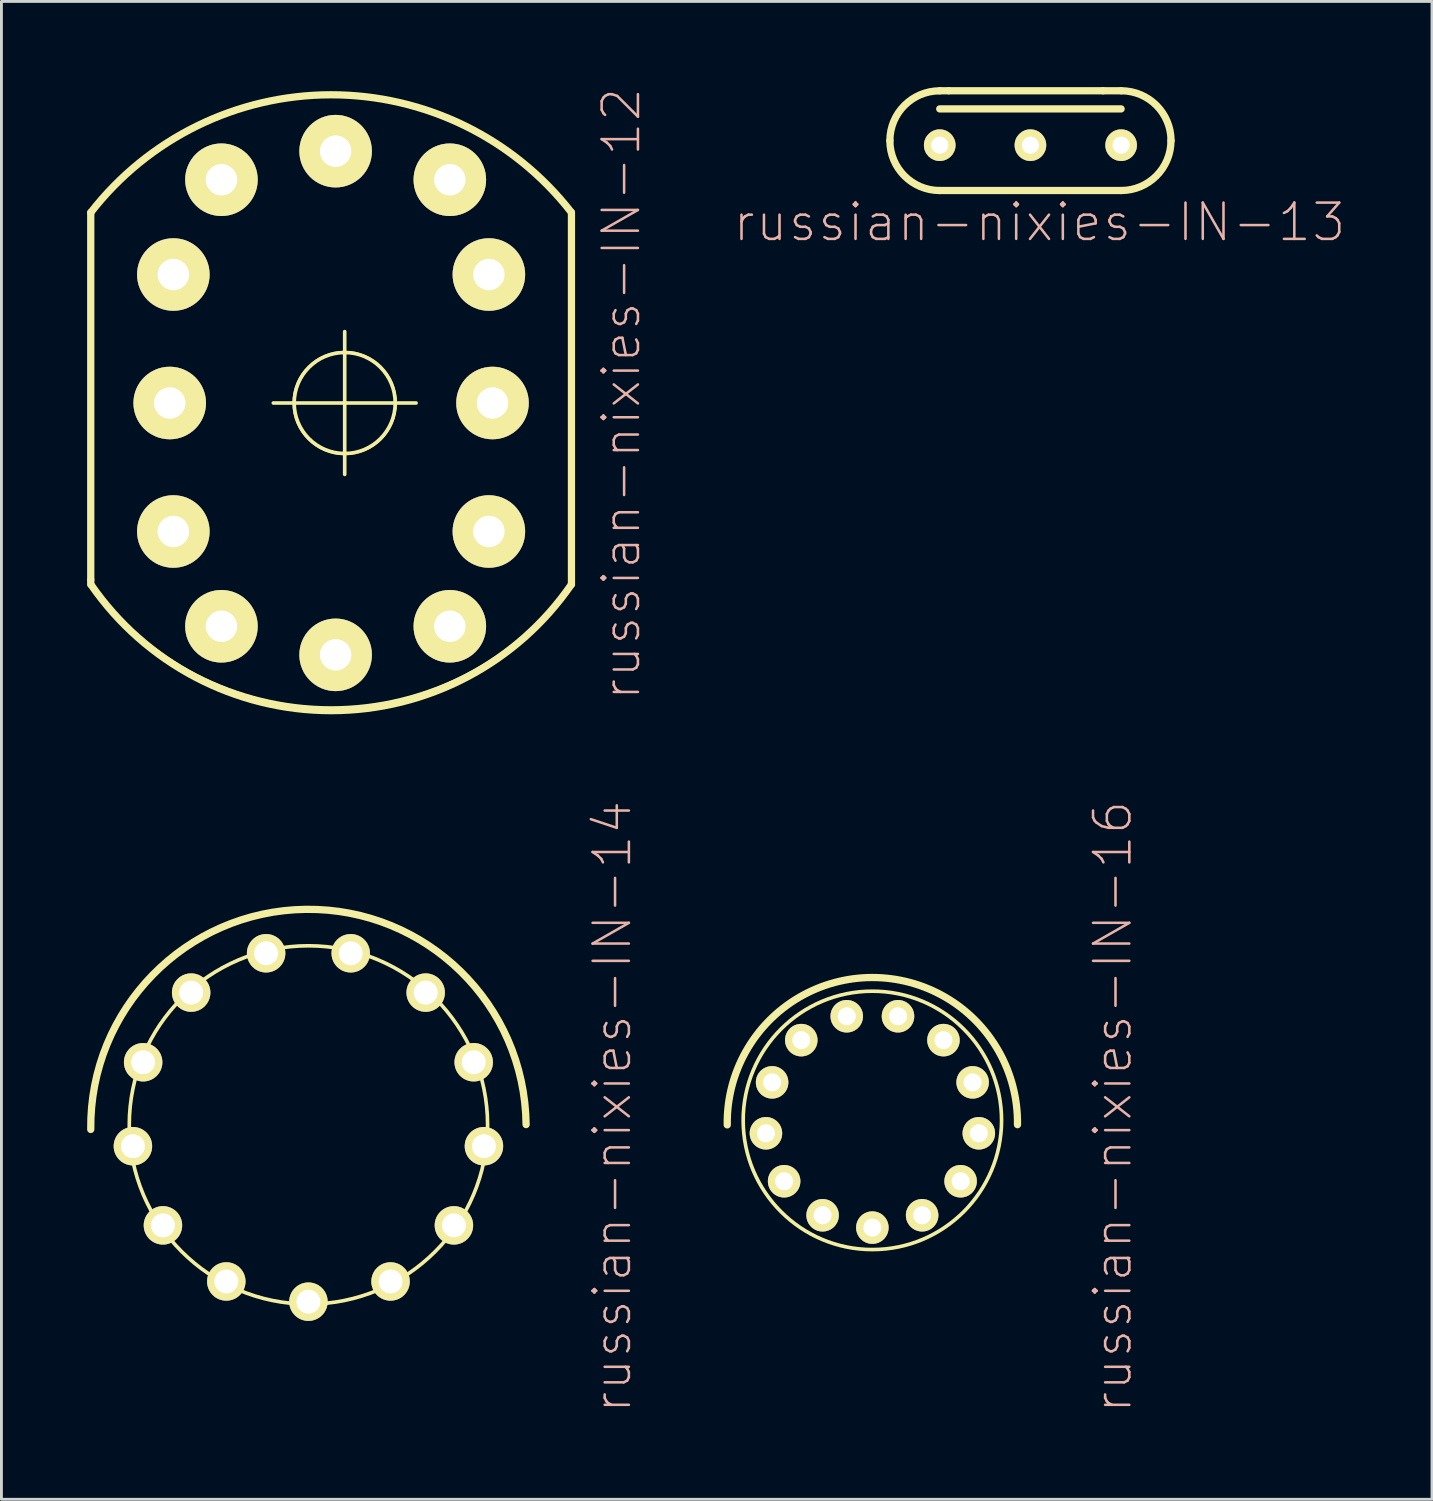
<source format=kicad_pcb>
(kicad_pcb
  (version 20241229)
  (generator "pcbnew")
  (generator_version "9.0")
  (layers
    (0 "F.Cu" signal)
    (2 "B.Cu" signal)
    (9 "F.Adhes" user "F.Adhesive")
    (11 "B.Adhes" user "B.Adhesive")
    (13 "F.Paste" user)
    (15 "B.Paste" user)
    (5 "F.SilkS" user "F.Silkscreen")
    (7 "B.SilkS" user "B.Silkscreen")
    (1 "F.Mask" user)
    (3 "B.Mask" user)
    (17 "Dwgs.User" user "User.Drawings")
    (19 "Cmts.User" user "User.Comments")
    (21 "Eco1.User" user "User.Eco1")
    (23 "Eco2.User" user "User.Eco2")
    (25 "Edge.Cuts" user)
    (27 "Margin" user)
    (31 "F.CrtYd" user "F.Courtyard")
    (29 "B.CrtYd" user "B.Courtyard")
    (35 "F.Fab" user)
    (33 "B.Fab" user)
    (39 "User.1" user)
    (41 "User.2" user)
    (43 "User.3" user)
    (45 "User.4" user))
  (footprint "russian-nixies-IN-13"
    (layer "F.Cu")
    (at 29.847 2.032)
    (property "Reference" "russian-nixies-IN-13" (at 3.493 2.697 0) (layer "B.SilkS") (effects (font (size 1.27 1.27) (thickness 0.089))))
    (attr exclude_from_pos_files exclude_from_bom)
    (fp_line (start 0 -1.27) (end 6.35 -1.27) (stroke (width 0.254) (type solid)) (layer "F.SilkS"))
    (fp_line (start 0 1.587) (end 6.35 1.587) (stroke (width 0.254) (type solid)) (layer "F.SilkS"))
    (fp_line (start 0.318 -1.905) (end 0 -1.905) (stroke (width 0.127) (type solid)) (layer "F.SilkS"))
    (fp_line (start 0.318 -1.905) (end 0 -1.905) (stroke (width 0.254) (type solid)) (layer "F.SilkS"))
    (fp_line (start 5.715 -1.905) (end 0.318 -1.905) (stroke (width 0.254) (type solid)) (layer "F.SilkS"))
    (fp_line (start 6.35 -1.905) (end 5.715 -1.905) (stroke (width 0.127) (type solid)) (layer "F.SilkS"))
    (fp_line (start 6.35 -1.905) (end 5.715 -1.905) (stroke (width 0.254) (type solid)) (layer "F.SilkS"))
    (fp_arc (start -1.74498 -0.15748) (mid -1.233887 -1.391367) (end 0 -1.90246) (stroke (width 0.254) (type solid)) (layer "F.SilkS"))
    (fp_arc (start 0 1.5875) (mid -1.233887 1.076407) (end -1.74498 -0.15748) (stroke (width 0.254) (type solid)) (layer "F.SilkS"))
    (fp_arc (start 0 1.5875) (mid -1.74498 -0.15748) (end 0 -1.90246) (stroke (width 0.127) (type solid)) (layer "F.SilkS"))
    (fp_arc (start 6.35 -1.905) (mid 8.09752 -0.15748) (end 6.35 1.59004) (stroke (width 0.127) (type solid)) (layer "F.SilkS"))
    (fp_arc (start 6.35 -1.905) (mid 7.585683 -1.393163) (end 8.09752 -0.15748) (stroke (width 0.254) (type solid)) (layer "F.SilkS"))
    (fp_arc (start 8.09498 -0.15748) (mid 7.583887 1.076407) (end 6.35 1.5875) (stroke (width 0.254) (type solid)) (layer "F.SilkS"))
    (pad "A" thru_hole circle (at 0 0) (size 1.107 1.107) (drill 0.599) (layers "*.Cu" "F.Mask" "F.SilkS" "F.Paste"))
    (pad "K" thru_hole circle (at 3.175 0) (size 1.107 1.107) (drill 0.599) (layers "*.Cu" "F.Mask" "F.SilkS" "F.Paste"))
    (pad "K2" thru_hole circle (at 6.35 0) (size 1.107 1.107) (drill 0.599) (layers "*.Cu" "F.Mask" "F.SilkS" "F.Paste")))
  (footprint "russian-nixies-IN-12"
    (layer "F.Cu")
    (at 9.017 11.058)
    (property "Reference" "russian-nixies-IN-12" (at 9.682 -0.318 90) (layer "B.SilkS") (effects (font (size 1.27 1.27) (thickness 0.089))))
    (attr exclude_from_pos_files exclude_from_bom)
    (fp_line (start -8.89 6.19) (end -8.89 -6.668) (stroke (width 0.254) (type solid)) (layer "F.SilkS"))
    (fp_line (start -8.89 6.19) (end -8.89 6.35) (stroke (width 0.254) (type solid)) (layer "F.SilkS"))
    (fp_line (start -2.499 0) (end 2.499 0) (stroke (width 0.127) (type solid)) (layer "F.SilkS"))
    (fp_line (start 0 2.499) (end 0 -2.499) (stroke (width 0.127) (type solid)) (layer "F.SilkS"))
    (fp_line (start 7.938 -6.668) (end 7.938 6.35) (stroke (width 0.254) (type solid)) (layer "F.SilkS"))
    (fp_arc (start -8.89 -6.6675) (mid -0.483925 -10.789801) (end 7.929063 -6.681627) (stroke (width 0.254) (type solid)) (layer "F.SilkS"))
    (fp_arc (start -8.89 -6.6675) (mid -0.483112 -10.757563) (end 7.929982 -6.680281) (stroke (width 0.127) (type solid)) (layer "F.SilkS"))
    (fp_arc (start 7.9375 6.35) (mid -0.475414 10.677846) (end -8.887964 6.349294) (stroke (width 0.127) (type solid)) (layer "F.SilkS"))
    (fp_arc (start 7.9375 6.35) (mid -0.469135 10.76972) (end -8.880822 6.359623) (stroke (width 0.254) (type solid)) (layer "F.SilkS"))
    (fp_circle (center 0 0) (end -1.27 1.27) (stroke (width 0.064) (type solid)) (fill no) (layer "F.SilkS"))
    (fp_circle (center 0 0) (end -1.25 1.25) (stroke (width 0.127) (type solid)) (fill no) (layer "F.SilkS"))
    (pad "0" thru_hole circle (at 5.047 4.498) (size 2.54 2.54) (drill 1.1) (layers "*.Cu" "F.Mask" "F.SilkS" "F.Paste"))
    (pad "1" thru_hole circle (at -4.315 7.816) (size 2.54 2.54) (drill 1.1) (layers "*.Cu" "F.Mask" "F.SilkS" "F.Paste"))
    (pad "2" thru_hole circle (at -5.999 4.498) (size 2.54 2.54) (drill 1.1) (layers "*.Cu" "F.Mask" "F.SilkS" "F.Paste"))
    (pad "3" thru_hole circle (at -6.126 0) (size 2.54 2.54) (drill 1.1) (layers "*.Cu" "F.Mask" "F.SilkS" "F.Paste"))
    (pad "4" thru_hole circle (at -5.999 -4.498) (size 2.54 2.54) (drill 1.1) (layers "*.Cu" "F.Mask" "F.SilkS" "F.Paste"))
    (pad "5" thru_hole circle (at -4.315 -7.816) (size 2.54 2.54) (drill 1.1) (layers "*.Cu" "F.Mask" "F.SilkS" "F.Paste"))
    (pad "6" thru_hole circle (at -0.318 -8.816) (size 2.54 2.54) (drill 1.1) (layers "*.Cu" "F.Mask" "F.SilkS" "F.Paste"))
    (pad "7" thru_hole circle (at 3.68 -7.816) (size 2.54 2.54) (drill 1.1) (layers "*.Cu" "F.Mask" "F.SilkS" "F.Paste"))
    (pad "8" thru_hole circle (at 5.047 -4.498) (size 2.54 2.54) (drill 1.1) (layers "*.Cu" "F.Mask" "F.SilkS" "F.Paste"))
    (pad "9" thru_hole circle (at 5.174 0) (size 2.54 2.54) (drill 1.1) (layers "*.Cu" "F.Mask" "F.SilkS" "F.Paste"))
    (pad "A" thru_hole circle (at 3.68 7.816) (size 2.54 2.54) (drill 1.1) (layers "*.Cu" "F.Mask" "F.SilkS" "F.Paste"))
    (pad "LHDP" thru_hole circle (at -0.318 8.816) (size 2.54 2.54) (drill 1.1) (layers "*.Cu" "F.Mask" "F.SilkS" "F.Paste")))
  (footprint "russian-nixies-IN-16"
    (layer "F.Cu")
    (at 27.489 36.171)
    (property "Reference" "russian-nixies-IN-16" (at 8.412 -0.475 90) (layer "B.SilkS") (effects (font (size 1.27 1.27) (thickness 0.089))))
    (attr exclude_from_pos_files exclude_from_bom)
    (fp_arc (start -5.08 0.15748) (mid -0.003371 -5.001869) (end 5.0801 0.150739) (stroke (width 0.254) (type solid)) (layer "F.SilkS"))
    (fp_circle (center 0 0) (end -3.198 3.198) (stroke (width 0.127) (type solid)) (fill no) (layer "F.SilkS"))
    (pad "0" thru_hole circle (at -1.742 3.322) (size 1.138 1.138) (drill 0.63) (layers "*.Cu" "F.Mask" "F.SilkS" "F.Paste"))
    (pad "1" thru_hole circle (at 1.742 3.322) (size 1.138 1.138) (drill 0.63) (layers "*.Cu" "F.Mask" "F.SilkS" "F.Paste"))
    (pad "2" thru_hole circle (at -2.489 -2.809) (size 1.138 1.138) (drill 0.63) (layers "*.Cu" "F.Mask" "F.SilkS" "F.Paste"))
    (pad "3" thru_hole circle (at 3.726 0.452) (size 1.138 1.138) (drill 0.63) (layers "*.Cu" "F.Mask" "F.SilkS" "F.Paste"))
    (pad "4" thru_hole circle (at 2.489 -2.809) (size 1.138 1.138) (drill 0.63) (layers "*.Cu" "F.Mask" "F.SilkS" "F.Paste"))
    (pad "5" thru_hole circle (at 0.897 -3.645) (size 1.138 1.138) (drill 0.63) (layers "*.Cu" "F.Mask" "F.SilkS" "F.Paste"))
    (pad "6" thru_hole circle (at -0.897 -3.645) (size 1.138 1.138) (drill 0.63) (layers "*.Cu" "F.Mask" "F.SilkS" "F.Paste"))
    (pad "7" thru_hole circle (at 3.089 2.131) (size 1.138 1.138) (drill 0.63) (layers "*.Cu" "F.Mask" "F.SilkS" "F.Paste"))
    (pad "8" thru_hole circle (at -3.726 0.452) (size 1.138 1.138) (drill 0.63) (layers "*.Cu" "F.Mask" "F.SilkS" "F.Paste"))
    (pad "9" thru_hole circle (at -3.089 2.131) (size 1.138 1.138) (drill 0.63) (layers "*.Cu" "F.Mask" "F.SilkS" "F.Paste"))
    (pad "A" thru_hole circle (at 0 3.754) (size 1.138 1.138) (drill 0.63) (layers "*.Cu" "F.Mask" "F.SilkS" "F.Paste"))
    (pad "LHDP" thru_hole circle (at -3.51 -1.331) (size 1.138 1.138) (drill 0.63) (layers "*.Cu" "F.Mask" "F.SilkS" "F.Paste"))
    (pad "RHDP" thru_hole circle (at 3.51 -1.331) (size 1.138 1.138) (drill 0.63) (layers "*.Cu" "F.Mask" "F.SilkS" "F.Paste")))
  (footprint "russian-nixies-IN-14"
    (layer "F.Cu")
    (at 7.747 36.331)
    (property "Reference" "russian-nixies-IN-14" (at 10.635 -0.635 90) (layer "B.SilkS") (effects (font (size 1.27 1.27) (thickness 0.089))))
    (attr exclude_from_pos_files exclude_from_bom)
    (fp_arc (start -7.62 0.15748) (mid -0.08539 -7.541188) (end 7.619851 -0.013299) (stroke (width 0.254) (type solid)) (layer "F.SilkS"))
    (fp_circle (center 0 0) (end -4.435 4.435) (stroke (width 0.127) (type solid)) (fill no) (layer "F.SilkS"))
    (pad "0" thru_hole circle (at 5.093 3.515) (size 1.346 1.346) (drill 0.838) (layers "*.Cu" "F.Mask" "F.SilkS" "F.Paste"))
    (pad "1" thru_hole circle (at -5.093 3.515) (size 1.346 1.346) (drill 0.838) (layers "*.Cu" "F.Mask" "F.SilkS" "F.Paste"))
    (pad "2" thru_hole circle (at -6.144 0.744) (size 1.346 1.346) (drill 0.838) (layers "*.Cu" "F.Mask" "F.SilkS" "F.Paste"))
    (pad "3" thru_hole circle (at -5.786 -2.195) (size 1.346 1.346) (drill 0.838) (layers "*.Cu" "F.Mask" "F.SilkS" "F.Paste"))
    (pad "4" thru_hole circle (at -4.105 -4.633) (size 1.346 1.346) (drill 0.838) (layers "*.Cu" "F.Mask" "F.SilkS" "F.Paste"))
    (pad "5" thru_hole circle (at -1.481 -6.01) (size 1.346 1.346) (drill 0.838) (layers "*.Cu" "F.Mask" "F.SilkS" "F.Paste"))
    (pad "6" thru_hole circle (at 1.481 -6.01) (size 1.346 1.346) (drill 0.838) (layers "*.Cu" "F.Mask" "F.SilkS" "F.Paste"))
    (pad "7" thru_hole circle (at 4.105 -4.633) (size 1.346 1.346) (drill 0.838) (layers "*.Cu" "F.Mask" "F.SilkS" "F.Paste"))
    (pad "8" thru_hole circle (at 5.786 -2.195) (size 1.346 1.346) (drill 0.838) (layers "*.Cu" "F.Mask" "F.SilkS" "F.Paste"))
    (pad "9" thru_hole circle (at 6.144 0.744) (size 1.346 1.346) (drill 0.838) (layers "*.Cu" "F.Mask" "F.SilkS" "F.Paste"))
    (pad "A" thru_hole circle (at 0 6.187) (size 1.346 1.346) (drill 0.838) (layers "*.Cu" "F.Mask" "F.SilkS" "F.Paste"))
    (pad "LHDP" thru_hole circle (at 2.875 5.479) (size 1.346 1.346) (drill 0.838) (layers "*.Cu" "F.Mask" "F.SilkS" "F.Paste"))
    (pad "RHDP" thru_hole circle (at -2.875 5.479) (size 1.346 1.346) (drill 0.838) (layers "*.Cu" "F.Mask" "F.SilkS" "F.Paste")))
  (gr_rect
    (start -3 -3)
    (end 47.08 49.437)
    (stroke (width 0.1) (type default))
    (fill no)
    (layer "Edge.Cuts")))
</source>
